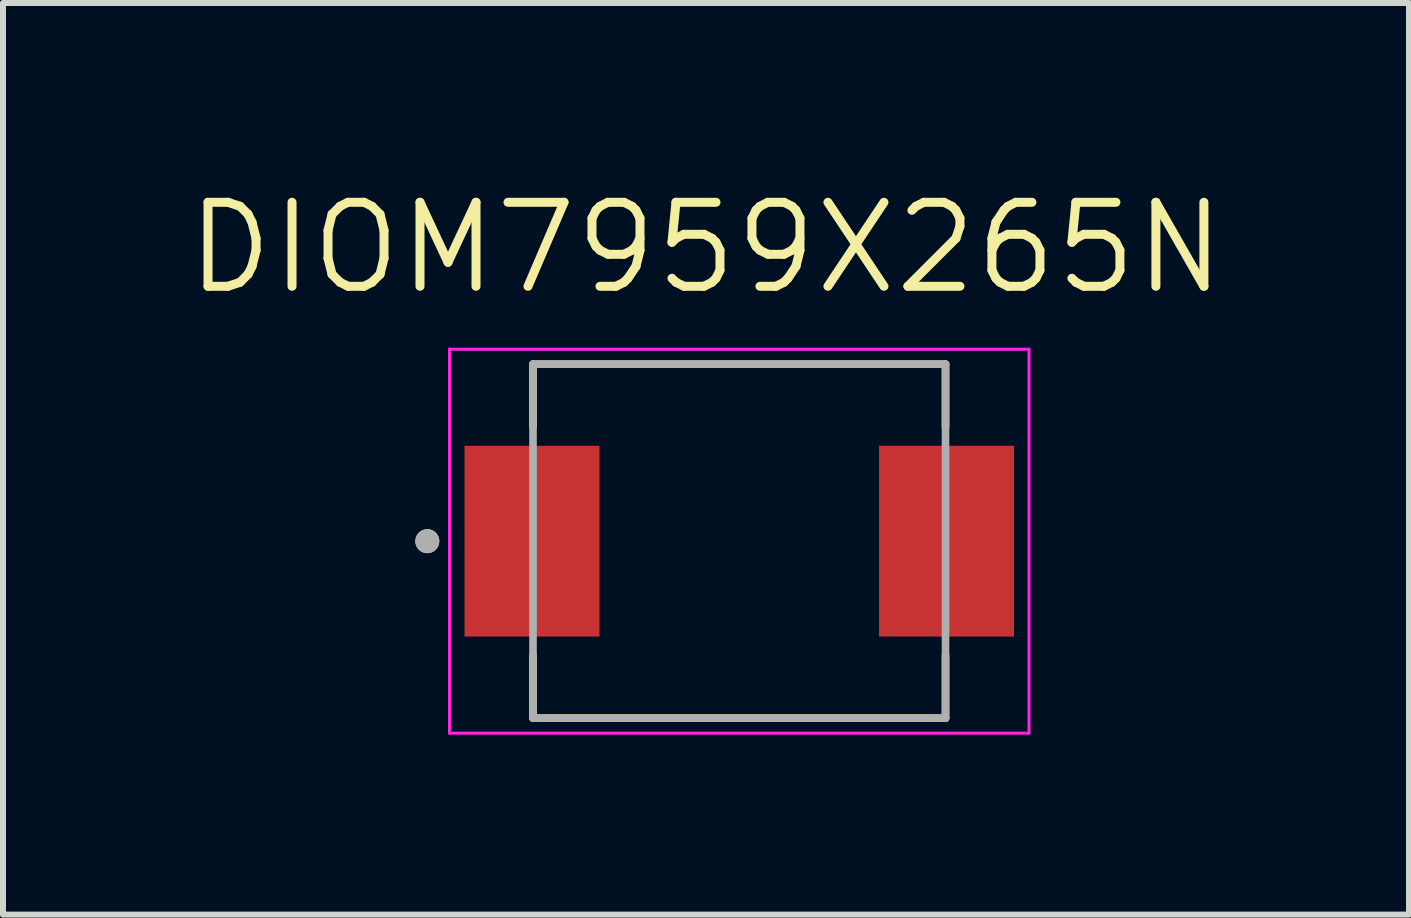
<source format=kicad_pcb>
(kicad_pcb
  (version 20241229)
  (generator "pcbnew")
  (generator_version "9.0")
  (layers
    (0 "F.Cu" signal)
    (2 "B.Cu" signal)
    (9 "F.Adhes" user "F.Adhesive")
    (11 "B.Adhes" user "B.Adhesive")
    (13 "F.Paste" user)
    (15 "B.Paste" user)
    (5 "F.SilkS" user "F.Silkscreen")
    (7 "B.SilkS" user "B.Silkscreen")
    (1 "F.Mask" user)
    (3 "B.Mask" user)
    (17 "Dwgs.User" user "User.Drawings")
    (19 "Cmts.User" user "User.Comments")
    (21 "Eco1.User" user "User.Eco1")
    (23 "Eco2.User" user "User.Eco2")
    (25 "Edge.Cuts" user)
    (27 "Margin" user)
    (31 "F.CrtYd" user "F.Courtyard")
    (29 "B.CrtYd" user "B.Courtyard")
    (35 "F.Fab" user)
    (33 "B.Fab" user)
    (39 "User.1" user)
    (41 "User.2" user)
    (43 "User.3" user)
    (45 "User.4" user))
  (footprint "DIOM7959X265N"
    (layer "F.Cu")
    (at 9.273 5.971)
    (property "Reference" "DIOM7959X265N" (at -0.555 -4.889 0) (layer "F.SilkS") (effects (font (size 1.4 1.4) (thickness 0.15))))
    (attr smd)
    (fp_line (start -3.438 -2.95) (end -3.438 -1.91) (stroke (width 0.127) (type solid)) (layer "F.SilkS"))
    (fp_line (start -3.438 1.91) (end -3.438 2.95) (stroke (width 0.127) (type solid)) (layer "F.SilkS"))
    (fp_line (start -3.438 2.95) (end 3.438 2.95) (stroke (width 0.127) (type solid)) (layer "F.SilkS"))
    (fp_line (start 3.438 -2.95) (end -3.438 -2.95) (stroke (width 0.127) (type solid)) (layer "F.SilkS"))
    (fp_line (start 3.438 -1.91) (end 3.438 -2.95) (stroke (width 0.127) (type solid)) (layer "F.SilkS"))
    (fp_line (start 3.438 2.95) (end 3.438 1.91) (stroke (width 0.127) (type solid)) (layer "F.SilkS"))
    (fp_circle (center -5.2 0) (end -5.1 0) (stroke (width 0.2) (type solid)) (fill no) (layer "F.SilkS"))
    (fp_line (start -4.83 -3.2) (end -4.83 3.2) (stroke (width 0.05) (type solid)) (layer "F.CrtYd"))
    (fp_line (start -4.83 3.2) (end 4.83 3.2) (stroke (width 0.05) (type solid)) (layer "F.CrtYd"))
    (fp_line (start 4.83 -3.2) (end -4.83 -3.2) (stroke (width 0.05) (type solid)) (layer "F.CrtYd"))
    (fp_line (start 4.83 3.2) (end 4.83 -3.2) (stroke (width 0.05) (type solid)) (layer "F.CrtYd"))
    (fp_line (start -3.438 -2.95) (end -3.438 2.95) (stroke (width 0.127) (type solid)) (layer "F.Fab"))
    (fp_line (start -3.438 2.95) (end 3.438 2.95) (stroke (width 0.127) (type solid)) (layer "F.Fab"))
    (fp_line (start 3.438 -2.95) (end -3.438 -2.95) (stroke (width 0.127) (type solid)) (layer "F.Fab"))
    (fp_line (start 3.438 2.95) (end 3.438 -2.95) (stroke (width 0.127) (type solid)) (layer "F.Fab"))
    (fp_circle (center -5.2 0) (end -5.1 0) (stroke (width 0.2) (type solid)) (fill no) (layer "F.Fab"))
    (pad "A" smd rect (at 3.455 0) (size 2.25 3.18) (layers "F.Cu" "F.Mask" "F.Paste"))
    (pad "C" smd rect (at -3.455 0) (size 2.25 3.18) (layers "F.Cu" "F.Mask" "F.Paste")))
  (gr_rect
    (start -3 -3)
    (end 20.437 12.196)
    (stroke (width 0.1) (type default))
    (fill no)
    (layer "Edge.Cuts")))
</source>
